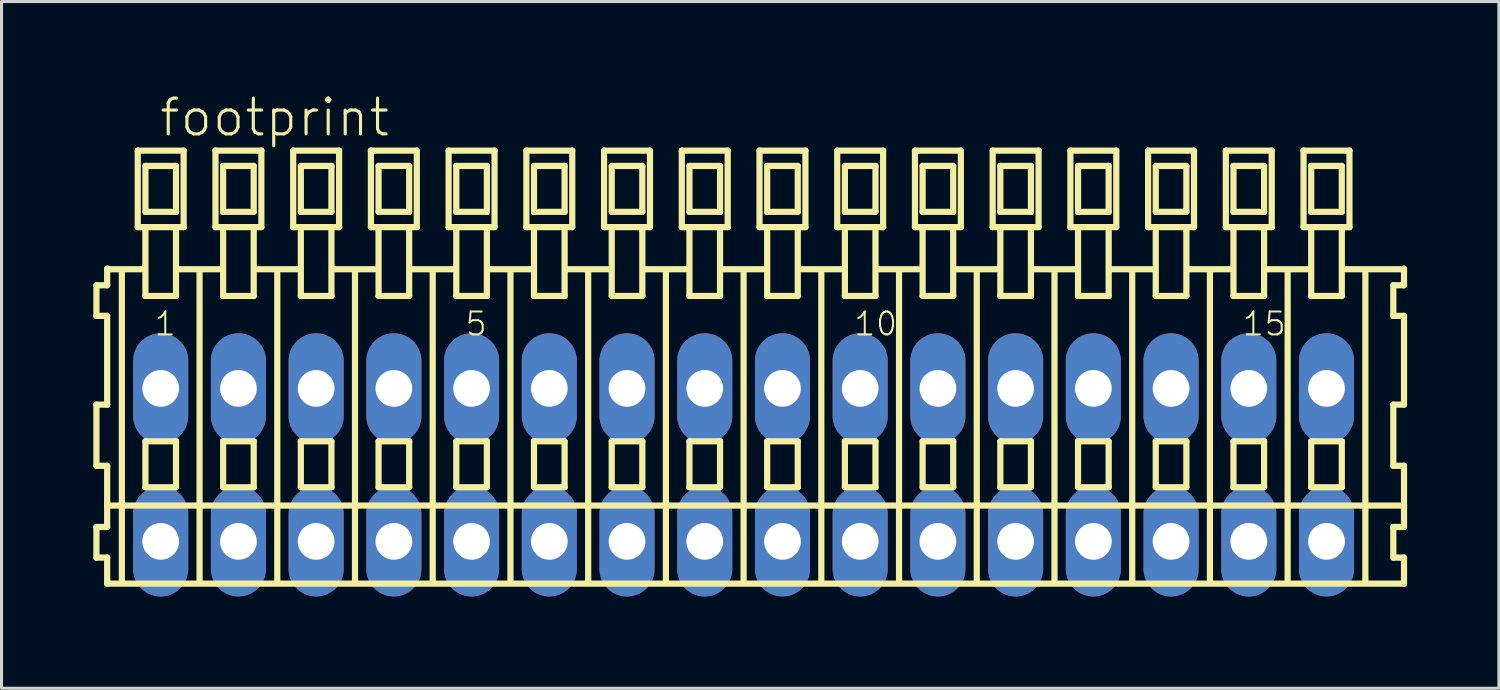
<source format=kicad_pcb>
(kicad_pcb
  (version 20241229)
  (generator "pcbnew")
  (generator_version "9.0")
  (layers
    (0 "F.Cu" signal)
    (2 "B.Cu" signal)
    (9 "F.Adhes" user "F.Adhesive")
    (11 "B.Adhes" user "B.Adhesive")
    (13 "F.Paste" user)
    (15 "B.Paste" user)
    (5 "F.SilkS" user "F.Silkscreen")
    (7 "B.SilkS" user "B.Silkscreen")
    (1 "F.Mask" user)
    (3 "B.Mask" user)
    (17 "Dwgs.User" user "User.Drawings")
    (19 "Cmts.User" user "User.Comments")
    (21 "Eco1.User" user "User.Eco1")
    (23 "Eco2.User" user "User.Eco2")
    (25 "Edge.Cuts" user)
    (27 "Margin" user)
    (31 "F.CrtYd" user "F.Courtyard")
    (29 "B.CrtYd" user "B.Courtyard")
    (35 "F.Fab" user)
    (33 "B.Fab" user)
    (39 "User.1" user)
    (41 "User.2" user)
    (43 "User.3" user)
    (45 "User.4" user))
  (footprint "footprint"
    (layer "F.Cu")
    (at 21.252 12.143)
    (property "Reference" "footprint" (at -19.15 -10.67 0) (layer "F.SilkS") (effects (font (size 1.168 1.168) (thickness 0.102)) (justify left bottom)))
    (fp_line (start -21.15 -5.87) (end -21.15 -4.87) (stroke (width 0.203) (type solid)) (layer "F.SilkS"))
    (fp_line (start -21.15 -4.87) (end -20.8 -4.87) (stroke (width 0.203) (type solid)) (layer "F.SilkS"))
    (fp_line (start -21.15 -1.97) (end -21.15 0.03) (stroke (width 0.203) (type solid)) (layer "F.SilkS"))
    (fp_line (start -21.15 0.03) (end -20.8 0.03) (stroke (width 0.203) (type solid)) (layer "F.SilkS"))
    (fp_line (start -21.15 2.03) (end -21.15 3.03) (stroke (width 0.203) (type solid)) (layer "F.SilkS"))
    (fp_line (start -21.15 3.03) (end -20.8 3.03) (stroke (width 0.203) (type solid)) (layer "F.SilkS"))
    (fp_line (start -20.8 -6.42) (end -20.8 -6.395) (stroke (width 0.203) (type solid)) (layer "F.SilkS"))
    (fp_line (start -20.8 -6.395) (end -20.8 -5.87) (stroke (width 0.203) (type solid)) (layer "F.SilkS"))
    (fp_line (start -20.8 -6.395) (end -19.675 -6.395) (stroke (width 0.203) (type solid)) (layer "F.SilkS"))
    (fp_line (start -20.8 -5.87) (end -21.15 -5.87) (stroke (width 0.203) (type solid)) (layer "F.SilkS"))
    (fp_line (start -20.8 -4.87) (end -20.8 -1.97) (stroke (width 0.203) (type solid)) (layer "F.SilkS"))
    (fp_line (start -20.8 -1.97) (end -21.15 -1.97) (stroke (width 0.203) (type solid)) (layer "F.SilkS"))
    (fp_line (start -20.8 0.03) (end -20.8 1.33) (stroke (width 0.203) (type solid)) (layer "F.SilkS"))
    (fp_line (start -20.8 1.33) (end -20.8 2.03) (stroke (width 0.203) (type solid)) (layer "F.SilkS"))
    (fp_line (start -20.8 1.33) (end 21.583 1.33) (stroke (width 0.203) (type solid)) (layer "F.SilkS"))
    (fp_line (start -20.8 2.03) (end -21.15 2.03) (stroke (width 0.203) (type solid)) (layer "F.SilkS"))
    (fp_line (start -20.8 3.03) (end -20.8 3.88) (stroke (width 0.203) (type solid)) (layer "F.SilkS"))
    (fp_line (start -20.8 3.88) (end 21.583 3.88) (stroke (width 0.203) (type solid)) (layer "F.SilkS"))
    (fp_line (start -20.32 3.83) (end -20.32 -6.33) (stroke (width 0.203) (type solid)) (layer "F.SilkS"))
    (fp_line (start -19.8 -10.27) (end -19.8 -7.77) (stroke (width 0.203) (type solid)) (layer "F.SilkS"))
    (fp_line (start -19.8 -7.77) (end -19.55 -7.77) (stroke (width 0.203) (type solid)) (layer "F.SilkS"))
    (fp_line (start -19.55 -9.77) (end -19.55 -8.27) (stroke (width 0.203) (type solid)) (layer "F.SilkS"))
    (fp_line (start -19.55 -8.27) (end -18.55 -8.27) (stroke (width 0.203) (type solid)) (layer "F.SilkS"))
    (fp_line (start -19.55 -7.77) (end -19.55 -5.52) (stroke (width 0.203) (type solid)) (layer "F.SilkS"))
    (fp_line (start -19.55 -7.77) (end -18.55 -7.77) (stroke (width 0.203) (type solid)) (layer "F.SilkS"))
    (fp_line (start -19.55 -5.52) (end -18.55 -5.52) (stroke (width 0.203) (type solid)) (layer "F.SilkS"))
    (fp_line (start -19.55 -0.77) (end -19.55 0.73) (stroke (width 0.203) (type solid)) (layer "F.SilkS"))
    (fp_line (start -19.55 0.73) (end -18.55 0.73) (stroke (width 0.203) (type solid)) (layer "F.SilkS"))
    (fp_line (start -18.55 -9.77) (end -19.55 -9.77) (stroke (width 0.203) (type solid)) (layer "F.SilkS"))
    (fp_line (start -18.55 -8.27) (end -18.55 -9.77) (stroke (width 0.203) (type solid)) (layer "F.SilkS"))
    (fp_line (start -18.55 -7.77) (end -18.3 -7.77) (stroke (width 0.203) (type solid)) (layer "F.SilkS"))
    (fp_line (start -18.55 -5.52) (end -18.55 -7.77) (stroke (width 0.203) (type solid)) (layer "F.SilkS"))
    (fp_line (start -18.55 -0.77) (end -19.55 -0.77) (stroke (width 0.203) (type solid)) (layer "F.SilkS"))
    (fp_line (start -18.55 0.73) (end -18.55 -0.77) (stroke (width 0.203) (type solid)) (layer "F.SilkS"))
    (fp_line (start -18.514 -6.395) (end -17.135 -6.395) (stroke (width 0.203) (type solid)) (layer "F.SilkS"))
    (fp_line (start -18.3 -10.27) (end -19.8 -10.27) (stroke (width 0.203) (type solid)) (layer "F.SilkS"))
    (fp_line (start -18.3 -7.77) (end -18.3 -10.27) (stroke (width 0.203) (type solid)) (layer "F.SilkS"))
    (fp_line (start -17.78 3.83) (end -17.78 -6.33) (stroke (width 0.203) (type solid)) (layer "F.SilkS"))
    (fp_line (start -17.26 -10.27) (end -17.26 -7.77) (stroke (width 0.203) (type solid)) (layer "F.SilkS"))
    (fp_line (start -17.26 -7.77) (end -17.01 -7.77) (stroke (width 0.203) (type solid)) (layer "F.SilkS"))
    (fp_line (start -17.01 -9.77) (end -17.01 -8.27) (stroke (width 0.203) (type solid)) (layer "F.SilkS"))
    (fp_line (start -17.01 -8.27) (end -16.01 -8.27) (stroke (width 0.203) (type solid)) (layer "F.SilkS"))
    (fp_line (start -17.01 -7.77) (end -17.01 -5.52) (stroke (width 0.203) (type solid)) (layer "F.SilkS"))
    (fp_line (start -17.01 -7.77) (end -16.01 -7.77) (stroke (width 0.203) (type solid)) (layer "F.SilkS"))
    (fp_line (start -17.01 -5.52) (end -16.01 -5.52) (stroke (width 0.203) (type solid)) (layer "F.SilkS"))
    (fp_line (start -17.01 -0.77) (end -17.01 0.73) (stroke (width 0.203) (type solid)) (layer "F.SilkS"))
    (fp_line (start -17.01 0.73) (end -16.01 0.73) (stroke (width 0.203) (type solid)) (layer "F.SilkS"))
    (fp_line (start -16.01 -9.77) (end -17.01 -9.77) (stroke (width 0.203) (type solid)) (layer "F.SilkS"))
    (fp_line (start -16.01 -8.27) (end -16.01 -9.77) (stroke (width 0.203) (type solid)) (layer "F.SilkS"))
    (fp_line (start -16.01 -7.77) (end -15.76 -7.77) (stroke (width 0.203) (type solid)) (layer "F.SilkS"))
    (fp_line (start -16.01 -5.52) (end -16.01 -7.77) (stroke (width 0.203) (type solid)) (layer "F.SilkS"))
    (fp_line (start -16.01 -0.77) (end -17.01 -0.77) (stroke (width 0.203) (type solid)) (layer "F.SilkS"))
    (fp_line (start -16.01 0.73) (end -16.01 -0.77) (stroke (width 0.203) (type solid)) (layer "F.SilkS"))
    (fp_line (start -15.974 -6.395) (end -14.595 -6.395) (stroke (width 0.203) (type solid)) (layer "F.SilkS"))
    (fp_line (start -15.76 -10.27) (end -17.26 -10.27) (stroke (width 0.203) (type solid)) (layer "F.SilkS"))
    (fp_line (start -15.76 -7.77) (end -15.76 -10.27) (stroke (width 0.203) (type solid)) (layer "F.SilkS"))
    (fp_line (start -15.24 3.83) (end -15.24 -6.33) (stroke (width 0.203) (type solid)) (layer "F.SilkS"))
    (fp_line (start -14.72 -10.27) (end -14.72 -7.77) (stroke (width 0.203) (type solid)) (layer "F.SilkS"))
    (fp_line (start -14.72 -7.77) (end -14.47 -7.77) (stroke (width 0.203) (type solid)) (layer "F.SilkS"))
    (fp_line (start -14.47 -9.77) (end -14.47 -8.27) (stroke (width 0.203) (type solid)) (layer "F.SilkS"))
    (fp_line (start -14.47 -8.27) (end -13.47 -8.27) (stroke (width 0.203) (type solid)) (layer "F.SilkS"))
    (fp_line (start -14.47 -7.77) (end -14.47 -5.52) (stroke (width 0.203) (type solid)) (layer "F.SilkS"))
    (fp_line (start -14.47 -7.77) (end -13.47 -7.77) (stroke (width 0.203) (type solid)) (layer "F.SilkS"))
    (fp_line (start -14.47 -5.52) (end -13.47 -5.52) (stroke (width 0.203) (type solid)) (layer "F.SilkS"))
    (fp_line (start -14.47 -0.77) (end -14.47 0.73) (stroke (width 0.203) (type solid)) (layer "F.SilkS"))
    (fp_line (start -14.47 0.73) (end -13.47 0.73) (stroke (width 0.203) (type solid)) (layer "F.SilkS"))
    (fp_line (start -13.47 -9.77) (end -14.47 -9.77) (stroke (width 0.203) (type solid)) (layer "F.SilkS"))
    (fp_line (start -13.47 -8.27) (end -13.47 -9.77) (stroke (width 0.203) (type solid)) (layer "F.SilkS"))
    (fp_line (start -13.47 -7.77) (end -13.22 -7.77) (stroke (width 0.203) (type solid)) (layer "F.SilkS"))
    (fp_line (start -13.47 -5.52) (end -13.47 -7.77) (stroke (width 0.203) (type solid)) (layer "F.SilkS"))
    (fp_line (start -13.47 -0.77) (end -14.47 -0.77) (stroke (width 0.203) (type solid)) (layer "F.SilkS"))
    (fp_line (start -13.47 0.73) (end -13.47 -0.77) (stroke (width 0.203) (type solid)) (layer "F.SilkS"))
    (fp_line (start -13.434 -6.395) (end -12.055 -6.395) (stroke (width 0.203) (type solid)) (layer "F.SilkS"))
    (fp_line (start -13.22 -10.27) (end -14.72 -10.27) (stroke (width 0.203) (type solid)) (layer "F.SilkS"))
    (fp_line (start -13.22 -7.77) (end -13.22 -10.27) (stroke (width 0.203) (type solid)) (layer "F.SilkS"))
    (fp_line (start -12.7 3.83) (end -12.7 -6.33) (stroke (width 0.203) (type solid)) (layer "F.SilkS"))
    (fp_line (start -12.18 -10.27) (end -12.18 -7.77) (stroke (width 0.203) (type solid)) (layer "F.SilkS"))
    (fp_line (start -12.18 -7.77) (end -11.93 -7.77) (stroke (width 0.203) (type solid)) (layer "F.SilkS"))
    (fp_line (start -11.93 -9.77) (end -11.93 -8.27) (stroke (width 0.203) (type solid)) (layer "F.SilkS"))
    (fp_line (start -11.93 -8.27) (end -10.93 -8.27) (stroke (width 0.203) (type solid)) (layer "F.SilkS"))
    (fp_line (start -11.93 -7.77) (end -11.93 -5.52) (stroke (width 0.203) (type solid)) (layer "F.SilkS"))
    (fp_line (start -11.93 -7.77) (end -10.93 -7.77) (stroke (width 0.203) (type solid)) (layer "F.SilkS"))
    (fp_line (start -11.93 -5.52) (end -10.93 -5.52) (stroke (width 0.203) (type solid)) (layer "F.SilkS"))
    (fp_line (start -11.93 -0.77) (end -11.93 0.73) (stroke (width 0.203) (type solid)) (layer "F.SilkS"))
    (fp_line (start -11.93 0.73) (end -10.93 0.73) (stroke (width 0.203) (type solid)) (layer "F.SilkS"))
    (fp_line (start -10.93 -9.77) (end -11.93 -9.77) (stroke (width 0.203) (type solid)) (layer "F.SilkS"))
    (fp_line (start -10.93 -8.27) (end -10.93 -9.77) (stroke (width 0.203) (type solid)) (layer "F.SilkS"))
    (fp_line (start -10.93 -7.77) (end -10.68 -7.77) (stroke (width 0.203) (type solid)) (layer "F.SilkS"))
    (fp_line (start -10.93 -5.52) (end -10.93 -7.77) (stroke (width 0.203) (type solid)) (layer "F.SilkS"))
    (fp_line (start -10.93 -0.77) (end -11.93 -0.77) (stroke (width 0.203) (type solid)) (layer "F.SilkS"))
    (fp_line (start -10.93 0.73) (end -10.93 -0.77) (stroke (width 0.203) (type solid)) (layer "F.SilkS"))
    (fp_line (start -10.894 -6.395) (end -9.515 -6.395) (stroke (width 0.203) (type solid)) (layer "F.SilkS"))
    (fp_line (start -10.68 -10.27) (end -12.18 -10.27) (stroke (width 0.203) (type solid)) (layer "F.SilkS"))
    (fp_line (start -10.68 -7.77) (end -10.68 -10.27) (stroke (width 0.203) (type solid)) (layer "F.SilkS"))
    (fp_line (start -10.16 3.83) (end -10.16 -6.33) (stroke (width 0.203) (type solid)) (layer "F.SilkS"))
    (fp_line (start -9.64 -10.27) (end -9.64 -7.77) (stroke (width 0.203) (type solid)) (layer "F.SilkS"))
    (fp_line (start -9.64 -7.77) (end -9.39 -7.77) (stroke (width 0.203) (type solid)) (layer "F.SilkS"))
    (fp_line (start -9.39 -9.77) (end -9.39 -8.27) (stroke (width 0.203) (type solid)) (layer "F.SilkS"))
    (fp_line (start -9.39 -8.27) (end -8.39 -8.27) (stroke (width 0.203) (type solid)) (layer "F.SilkS"))
    (fp_line (start -9.39 -7.77) (end -9.39 -5.52) (stroke (width 0.203) (type solid)) (layer "F.SilkS"))
    (fp_line (start -9.39 -7.77) (end -8.39 -7.77) (stroke (width 0.203) (type solid)) (layer "F.SilkS"))
    (fp_line (start -9.39 -5.52) (end -8.39 -5.52) (stroke (width 0.203) (type solid)) (layer "F.SilkS"))
    (fp_line (start -9.39 -0.77) (end -9.39 0.73) (stroke (width 0.203) (type solid)) (layer "F.SilkS"))
    (fp_line (start -9.39 0.73) (end -8.39 0.73) (stroke (width 0.203) (type solid)) (layer "F.SilkS"))
    (fp_line (start -8.39 -9.77) (end -9.39 -9.77) (stroke (width 0.203) (type solid)) (layer "F.SilkS"))
    (fp_line (start -8.39 -8.27) (end -8.39 -9.77) (stroke (width 0.203) (type solid)) (layer "F.SilkS"))
    (fp_line (start -8.39 -7.77) (end -8.14 -7.77) (stroke (width 0.203) (type solid)) (layer "F.SilkS"))
    (fp_line (start -8.39 -5.52) (end -8.39 -7.77) (stroke (width 0.203) (type solid)) (layer "F.SilkS"))
    (fp_line (start -8.39 -0.77) (end -9.39 -0.77) (stroke (width 0.203) (type solid)) (layer "F.SilkS"))
    (fp_line (start -8.39 0.73) (end -8.39 -0.77) (stroke (width 0.203) (type solid)) (layer "F.SilkS"))
    (fp_line (start -8.354 -6.395) (end -6.975 -6.395) (stroke (width 0.203) (type solid)) (layer "F.SilkS"))
    (fp_line (start -8.14 -10.27) (end -9.64 -10.27) (stroke (width 0.203) (type solid)) (layer "F.SilkS"))
    (fp_line (start -8.14 -7.77) (end -8.14 -10.27) (stroke (width 0.203) (type solid)) (layer "F.SilkS"))
    (fp_line (start -7.62 3.83) (end -7.62 -6.33) (stroke (width 0.203) (type solid)) (layer "F.SilkS"))
    (fp_line (start -7.1 -10.27) (end -7.1 -7.77) (stroke (width 0.203) (type solid)) (layer "F.SilkS"))
    (fp_line (start -7.1 -7.77) (end -6.85 -7.77) (stroke (width 0.203) (type solid)) (layer "F.SilkS"))
    (fp_line (start -6.85 -9.77) (end -6.85 -8.27) (stroke (width 0.203) (type solid)) (layer "F.SilkS"))
    (fp_line (start -6.85 -8.27) (end -5.85 -8.27) (stroke (width 0.203) (type solid)) (layer "F.SilkS"))
    (fp_line (start -6.85 -7.77) (end -6.85 -5.52) (stroke (width 0.203) (type solid)) (layer "F.SilkS"))
    (fp_line (start -6.85 -7.77) (end -5.85 -7.77) (stroke (width 0.203) (type solid)) (layer "F.SilkS"))
    (fp_line (start -6.85 -5.52) (end -5.85 -5.52) (stroke (width 0.203) (type solid)) (layer "F.SilkS"))
    (fp_line (start -6.85 -0.77) (end -6.85 0.73) (stroke (width 0.203) (type solid)) (layer "F.SilkS"))
    (fp_line (start -6.85 0.73) (end -5.85 0.73) (stroke (width 0.203) (type solid)) (layer "F.SilkS"))
    (fp_line (start -5.85 -9.77) (end -6.85 -9.77) (stroke (width 0.203) (type solid)) (layer "F.SilkS"))
    (fp_line (start -5.85 -8.27) (end -5.85 -9.77) (stroke (width 0.203) (type solid)) (layer "F.SilkS"))
    (fp_line (start -5.85 -7.77) (end -5.6 -7.77) (stroke (width 0.203) (type solid)) (layer "F.SilkS"))
    (fp_line (start -5.85 -5.52) (end -5.85 -7.77) (stroke (width 0.203) (type solid)) (layer "F.SilkS"))
    (fp_line (start -5.85 -0.77) (end -6.85 -0.77) (stroke (width 0.203) (type solid)) (layer "F.SilkS"))
    (fp_line (start -5.85 0.73) (end -5.85 -0.77) (stroke (width 0.203) (type solid)) (layer "F.SilkS"))
    (fp_line (start -5.814 -6.395) (end -4.435 -6.395) (stroke (width 0.203) (type solid)) (layer "F.SilkS"))
    (fp_line (start -5.6 -10.27) (end -7.1 -10.27) (stroke (width 0.203) (type solid)) (layer "F.SilkS"))
    (fp_line (start -5.6 -7.77) (end -5.6 -10.27) (stroke (width 0.203) (type solid)) (layer "F.SilkS"))
    (fp_line (start -5.08 3.83) (end -5.08 -6.33) (stroke (width 0.203) (type solid)) (layer "F.SilkS"))
    (fp_line (start -4.56 -10.27) (end -4.56 -7.77) (stroke (width 0.203) (type solid)) (layer "F.SilkS"))
    (fp_line (start -4.56 -7.77) (end -4.31 -7.77) (stroke (width 0.203) (type solid)) (layer "F.SilkS"))
    (fp_line (start -4.31 -9.77) (end -4.31 -8.27) (stroke (width 0.203) (type solid)) (layer "F.SilkS"))
    (fp_line (start -4.31 -8.27) (end -3.31 -8.27) (stroke (width 0.203) (type solid)) (layer "F.SilkS"))
    (fp_line (start -4.31 -7.77) (end -4.31 -5.52) (stroke (width 0.203) (type solid)) (layer "F.SilkS"))
    (fp_line (start -4.31 -7.77) (end -3.31 -7.77) (stroke (width 0.203) (type solid)) (layer "F.SilkS"))
    (fp_line (start -4.31 -5.52) (end -3.31 -5.52) (stroke (width 0.203) (type solid)) (layer "F.SilkS"))
    (fp_line (start -4.31 -0.77) (end -4.31 0.73) (stroke (width 0.203) (type solid)) (layer "F.SilkS"))
    (fp_line (start -4.31 0.73) (end -3.31 0.73) (stroke (width 0.203) (type solid)) (layer "F.SilkS"))
    (fp_line (start -3.31 -9.77) (end -4.31 -9.77) (stroke (width 0.203) (type solid)) (layer "F.SilkS"))
    (fp_line (start -3.31 -8.27) (end -3.31 -9.77) (stroke (width 0.203) (type solid)) (layer "F.SilkS"))
    (fp_line (start -3.31 -7.77) (end -3.06 -7.77) (stroke (width 0.203) (type solid)) (layer "F.SilkS"))
    (fp_line (start -3.31 -5.52) (end -3.31 -7.77) (stroke (width 0.203) (type solid)) (layer "F.SilkS"))
    (fp_line (start -3.31 -0.77) (end -4.31 -0.77) (stroke (width 0.203) (type solid)) (layer "F.SilkS"))
    (fp_line (start -3.31 0.73) (end -3.31 -0.77) (stroke (width 0.203) (type solid)) (layer "F.SilkS"))
    (fp_line (start -3.274 -6.395) (end -1.895 -6.395) (stroke (width 0.203) (type solid)) (layer "F.SilkS"))
    (fp_line (start -3.06 -10.27) (end -4.56 -10.27) (stroke (width 0.203) (type solid)) (layer "F.SilkS"))
    (fp_line (start -3.06 -7.77) (end -3.06 -10.27) (stroke (width 0.203) (type solid)) (layer "F.SilkS"))
    (fp_line (start -2.54 3.83) (end -2.54 -6.33) (stroke (width 0.203) (type solid)) (layer "F.SilkS"))
    (fp_line (start -2.02 -10.27) (end -2.02 -7.77) (stroke (width 0.203) (type solid)) (layer "F.SilkS"))
    (fp_line (start -2.02 -7.77) (end -1.77 -7.77) (stroke (width 0.203) (type solid)) (layer "F.SilkS"))
    (fp_line (start -1.77 -9.77) (end -1.77 -8.27) (stroke (width 0.203) (type solid)) (layer "F.SilkS"))
    (fp_line (start -1.77 -8.27) (end -0.77 -8.27) (stroke (width 0.203) (type solid)) (layer "F.SilkS"))
    (fp_line (start -1.77 -7.77) (end -1.77 -5.52) (stroke (width 0.203) (type solid)) (layer "F.SilkS"))
    (fp_line (start -1.77 -7.77) (end -0.77 -7.77) (stroke (width 0.203) (type solid)) (layer "F.SilkS"))
    (fp_line (start -1.77 -5.52) (end -0.77 -5.52) (stroke (width 0.203) (type solid)) (layer "F.SilkS"))
    (fp_line (start -1.77 -0.77) (end -1.77 0.73) (stroke (width 0.203) (type solid)) (layer "F.SilkS"))
    (fp_line (start -1.77 0.73) (end -0.77 0.73) (stroke (width 0.203) (type solid)) (layer "F.SilkS"))
    (fp_line (start -0.77 -9.77) (end -1.77 -9.77) (stroke (width 0.203) (type solid)) (layer "F.SilkS"))
    (fp_line (start -0.77 -8.27) (end -0.77 -9.77) (stroke (width 0.203) (type solid)) (layer "F.SilkS"))
    (fp_line (start -0.77 -7.77) (end -0.52 -7.77) (stroke (width 0.203) (type solid)) (layer "F.SilkS"))
    (fp_line (start -0.77 -5.52) (end -0.77 -7.77) (stroke (width 0.203) (type solid)) (layer "F.SilkS"))
    (fp_line (start -0.77 -0.77) (end -1.77 -0.77) (stroke (width 0.203) (type solid)) (layer "F.SilkS"))
    (fp_line (start -0.77 0.73) (end -0.77 -0.77) (stroke (width 0.203) (type solid)) (layer "F.SilkS"))
    (fp_line (start -0.734 -6.395) (end 0.645 -6.395) (stroke (width 0.203) (type solid)) (layer "F.SilkS"))
    (fp_line (start -0.52 -10.27) (end -2.02 -10.27) (stroke (width 0.203) (type solid)) (layer "F.SilkS"))
    (fp_line (start -0.52 -7.77) (end -0.52 -10.27) (stroke (width 0.203) (type solid)) (layer "F.SilkS"))
    (fp_line (start 0 3.83) (end 0 -6.33) (stroke (width 0.203) (type solid)) (layer "F.SilkS"))
    (fp_line (start 0.52 -10.27) (end 0.52 -7.77) (stroke (width 0.203) (type solid)) (layer "F.SilkS"))
    (fp_line (start 0.52 -7.77) (end 0.77 -7.77) (stroke (width 0.203) (type solid)) (layer "F.SilkS"))
    (fp_line (start 0.77 -9.77) (end 0.77 -8.27) (stroke (width 0.203) (type solid)) (layer "F.SilkS"))
    (fp_line (start 0.77 -8.27) (end 1.77 -8.27) (stroke (width 0.203) (type solid)) (layer "F.SilkS"))
    (fp_line (start 0.77 -7.77) (end 0.77 -5.52) (stroke (width 0.203) (type solid)) (layer "F.SilkS"))
    (fp_line (start 0.77 -7.77) (end 1.77 -7.77) (stroke (width 0.203) (type solid)) (layer "F.SilkS"))
    (fp_line (start 0.77 -5.52) (end 1.77 -5.52) (stroke (width 0.203) (type solid)) (layer "F.SilkS"))
    (fp_line (start 0.77 -0.77) (end 0.77 0.73) (stroke (width 0.203) (type solid)) (layer "F.SilkS"))
    (fp_line (start 0.77 0.73) (end 1.77 0.73) (stroke (width 0.203) (type solid)) (layer "F.SilkS"))
    (fp_line (start 1.77 -9.77) (end 0.77 -9.77) (stroke (width 0.203) (type solid)) (layer "F.SilkS"))
    (fp_line (start 1.77 -8.27) (end 1.77 -9.77) (stroke (width 0.203) (type solid)) (layer "F.SilkS"))
    (fp_line (start 1.77 -7.77) (end 2.02 -7.77) (stroke (width 0.203) (type solid)) (layer "F.SilkS"))
    (fp_line (start 1.77 -5.52) (end 1.77 -7.77) (stroke (width 0.203) (type solid)) (layer "F.SilkS"))
    (fp_line (start 1.77 -0.77) (end 0.77 -0.77) (stroke (width 0.203) (type solid)) (layer "F.SilkS"))
    (fp_line (start 1.77 0.73) (end 1.77 -0.77) (stroke (width 0.203) (type solid)) (layer "F.SilkS"))
    (fp_line (start 1.806 -6.395) (end 3.185 -6.395) (stroke (width 0.203) (type solid)) (layer "F.SilkS"))
    (fp_line (start 2.02 -10.27) (end 0.52 -10.27) (stroke (width 0.203) (type solid)) (layer "F.SilkS"))
    (fp_line (start 2.02 -7.77) (end 2.02 -10.27) (stroke (width 0.203) (type solid)) (layer "F.SilkS"))
    (fp_line (start 2.54 3.83) (end 2.54 -6.33) (stroke (width 0.203) (type solid)) (layer "F.SilkS"))
    (fp_line (start 3.06 -10.27) (end 3.06 -7.77) (stroke (width 0.203) (type solid)) (layer "F.SilkS"))
    (fp_line (start 3.06 -7.77) (end 3.31 -7.77) (stroke (width 0.203) (type solid)) (layer "F.SilkS"))
    (fp_line (start 3.31 -9.77) (end 3.31 -8.27) (stroke (width 0.203) (type solid)) (layer "F.SilkS"))
    (fp_line (start 3.31 -8.27) (end 4.31 -8.27) (stroke (width 0.203) (type solid)) (layer "F.SilkS"))
    (fp_line (start 3.31 -7.77) (end 3.31 -5.52) (stroke (width 0.203) (type solid)) (layer "F.SilkS"))
    (fp_line (start 3.31 -7.77) (end 4.31 -7.77) (stroke (width 0.203) (type solid)) (layer "F.SilkS"))
    (fp_line (start 3.31 -5.52) (end 4.31 -5.52) (stroke (width 0.203) (type solid)) (layer "F.SilkS"))
    (fp_line (start 3.31 -0.77) (end 3.31 0.73) (stroke (width 0.203) (type solid)) (layer "F.SilkS"))
    (fp_line (start 3.31 0.73) (end 4.31 0.73) (stroke (width 0.203) (type solid)) (layer "F.SilkS"))
    (fp_line (start 4.31 -9.77) (end 3.31 -9.77) (stroke (width 0.203) (type solid)) (layer "F.SilkS"))
    (fp_line (start 4.31 -8.27) (end 4.31 -9.77) (stroke (width 0.203) (type solid)) (layer "F.SilkS"))
    (fp_line (start 4.31 -7.77) (end 4.56 -7.77) (stroke (width 0.203) (type solid)) (layer "F.SilkS"))
    (fp_line (start 4.31 -5.52) (end 4.31 -7.77) (stroke (width 0.203) (type solid)) (layer "F.SilkS"))
    (fp_line (start 4.31 -0.77) (end 3.31 -0.77) (stroke (width 0.203) (type solid)) (layer "F.SilkS"))
    (fp_line (start 4.31 0.73) (end 4.31 -0.77) (stroke (width 0.203) (type solid)) (layer "F.SilkS"))
    (fp_line (start 4.346 -6.395) (end 5.725 -6.395) (stroke (width 0.203) (type solid)) (layer "F.SilkS"))
    (fp_line (start 4.56 -10.27) (end 3.06 -10.27) (stroke (width 0.203) (type solid)) (layer "F.SilkS"))
    (fp_line (start 4.56 -7.77) (end 4.56 -10.27) (stroke (width 0.203) (type solid)) (layer "F.SilkS"))
    (fp_line (start 5.08 3.83) (end 5.08 -6.33) (stroke (width 0.203) (type solid)) (layer "F.SilkS"))
    (fp_line (start 5.6 -10.27) (end 5.6 -7.77) (stroke (width 0.203) (type solid)) (layer "F.SilkS"))
    (fp_line (start 5.6 -7.77) (end 5.85 -7.77) (stroke (width 0.203) (type solid)) (layer "F.SilkS"))
    (fp_line (start 5.85 -9.77) (end 5.85 -8.27) (stroke (width 0.203) (type solid)) (layer "F.SilkS"))
    (fp_line (start 5.85 -8.27) (end 6.85 -8.27) (stroke (width 0.203) (type solid)) (layer "F.SilkS"))
    (fp_line (start 5.85 -7.77) (end 5.85 -5.52) (stroke (width 0.203) (type solid)) (layer "F.SilkS"))
    (fp_line (start 5.85 -7.77) (end 6.85 -7.77) (stroke (width 0.203) (type solid)) (layer "F.SilkS"))
    (fp_line (start 5.85 -5.52) (end 6.85 -5.52) (stroke (width 0.203) (type solid)) (layer "F.SilkS"))
    (fp_line (start 5.85 -0.77) (end 5.85 0.73) (stroke (width 0.203) (type solid)) (layer "F.SilkS"))
    (fp_line (start 5.85 0.73) (end 6.85 0.73) (stroke (width 0.203) (type solid)) (layer "F.SilkS"))
    (fp_line (start 6.85 -9.77) (end 5.85 -9.77) (stroke (width 0.203) (type solid)) (layer "F.SilkS"))
    (fp_line (start 6.85 -8.27) (end 6.85 -9.77) (stroke (width 0.203) (type solid)) (layer "F.SilkS"))
    (fp_line (start 6.85 -7.77) (end 7.1 -7.77) (stroke (width 0.203) (type solid)) (layer "F.SilkS"))
    (fp_line (start 6.85 -5.52) (end 6.85 -7.77) (stroke (width 0.203) (type solid)) (layer "F.SilkS"))
    (fp_line (start 6.85 -0.77) (end 5.85 -0.77) (stroke (width 0.203) (type solid)) (layer "F.SilkS"))
    (fp_line (start 6.85 0.73) (end 6.85 -0.77) (stroke (width 0.203) (type solid)) (layer "F.SilkS"))
    (fp_line (start 6.886 -6.395) (end 8.265 -6.395) (stroke (width 0.203) (type solid)) (layer "F.SilkS"))
    (fp_line (start 7.1 -10.27) (end 5.6 -10.27) (stroke (width 0.203) (type solid)) (layer "F.SilkS"))
    (fp_line (start 7.1 -7.77) (end 7.1 -10.27) (stroke (width 0.203) (type solid)) (layer "F.SilkS"))
    (fp_line (start 7.62 3.83) (end 7.62 -6.33) (stroke (width 0.203) (type solid)) (layer "F.SilkS"))
    (fp_line (start 8.14 -10.27) (end 8.14 -7.77) (stroke (width 0.203) (type solid)) (layer "F.SilkS"))
    (fp_line (start 8.14 -7.77) (end 8.39 -7.77) (stroke (width 0.203) (type solid)) (layer "F.SilkS"))
    (fp_line (start 8.39 -9.77) (end 8.39 -8.27) (stroke (width 0.203) (type solid)) (layer "F.SilkS"))
    (fp_line (start 8.39 -8.27) (end 9.39 -8.27) (stroke (width 0.203) (type solid)) (layer "F.SilkS"))
    (fp_line (start 8.39 -7.77) (end 8.39 -5.52) (stroke (width 0.203) (type solid)) (layer "F.SilkS"))
    (fp_line (start 8.39 -7.77) (end 9.39 -7.77) (stroke (width 0.203) (type solid)) (layer "F.SilkS"))
    (fp_line (start 8.39 -5.52) (end 9.39 -5.52) (stroke (width 0.203) (type solid)) (layer "F.SilkS"))
    (fp_line (start 8.39 -0.77) (end 8.39 0.73) (stroke (width 0.203) (type solid)) (layer "F.SilkS"))
    (fp_line (start 8.39 0.73) (end 9.39 0.73) (stroke (width 0.203) (type solid)) (layer "F.SilkS"))
    (fp_line (start 9.39 -9.77) (end 8.39 -9.77) (stroke (width 0.203) (type solid)) (layer "F.SilkS"))
    (fp_line (start 9.39 -8.27) (end 9.39 -9.77) (stroke (width 0.203) (type solid)) (layer "F.SilkS"))
    (fp_line (start 9.39 -7.77) (end 9.64 -7.77) (stroke (width 0.203) (type solid)) (layer "F.SilkS"))
    (fp_line (start 9.39 -5.52) (end 9.39 -7.77) (stroke (width 0.203) (type solid)) (layer "F.SilkS"))
    (fp_line (start 9.39 -0.77) (end 8.39 -0.77) (stroke (width 0.203) (type solid)) (layer "F.SilkS"))
    (fp_line (start 9.39 0.73) (end 9.39 -0.77) (stroke (width 0.203) (type solid)) (layer "F.SilkS"))
    (fp_line (start 9.426 -6.395) (end 10.805 -6.395) (stroke (width 0.203) (type solid)) (layer "F.SilkS"))
    (fp_line (start 9.64 -10.27) (end 8.14 -10.27) (stroke (width 0.203) (type solid)) (layer "F.SilkS"))
    (fp_line (start 9.64 -7.77) (end 9.64 -10.27) (stroke (width 0.203) (type solid)) (layer "F.SilkS"))
    (fp_line (start 10.16 3.83) (end 10.16 -6.33) (stroke (width 0.203) (type solid)) (layer "F.SilkS"))
    (fp_line (start 10.68 -10.27) (end 10.68 -7.77) (stroke (width 0.203) (type solid)) (layer "F.SilkS"))
    (fp_line (start 10.68 -7.77) (end 10.93 -7.77) (stroke (width 0.203) (type solid)) (layer "F.SilkS"))
    (fp_line (start 10.93 -9.77) (end 10.93 -8.27) (stroke (width 0.203) (type solid)) (layer "F.SilkS"))
    (fp_line (start 10.93 -8.27) (end 11.93 -8.27) (stroke (width 0.203) (type solid)) (layer "F.SilkS"))
    (fp_line (start 10.93 -7.77) (end 10.93 -5.52) (stroke (width 0.203) (type solid)) (layer "F.SilkS"))
    (fp_line (start 10.93 -7.77) (end 11.93 -7.77) (stroke (width 0.203) (type solid)) (layer "F.SilkS"))
    (fp_line (start 10.93 -5.52) (end 11.93 -5.52) (stroke (width 0.203) (type solid)) (layer "F.SilkS"))
    (fp_line (start 10.93 -0.77) (end 10.93 0.73) (stroke (width 0.203) (type solid)) (layer "F.SilkS"))
    (fp_line (start 10.93 0.73) (end 11.93 0.73) (stroke (width 0.203) (type solid)) (layer "F.SilkS"))
    (fp_line (start 11.93 -9.77) (end 10.93 -9.77) (stroke (width 0.203) (type solid)) (layer "F.SilkS"))
    (fp_line (start 11.93 -8.27) (end 11.93 -9.77) (stroke (width 0.203) (type solid)) (layer "F.SilkS"))
    (fp_line (start 11.93 -7.77) (end 12.18 -7.77) (stroke (width 0.203) (type solid)) (layer "F.SilkS"))
    (fp_line (start 11.93 -5.52) (end 11.93 -7.77) (stroke (width 0.203) (type solid)) (layer "F.SilkS"))
    (fp_line (start 11.93 -0.77) (end 10.93 -0.77) (stroke (width 0.203) (type solid)) (layer "F.SilkS"))
    (fp_line (start 11.93 0.73) (end 11.93 -0.77) (stroke (width 0.203) (type solid)) (layer "F.SilkS"))
    (fp_line (start 11.966 -6.395) (end 13.345 -6.395) (stroke (width 0.203) (type solid)) (layer "F.SilkS"))
    (fp_line (start 12.18 -10.27) (end 10.68 -10.27) (stroke (width 0.203) (type solid)) (layer "F.SilkS"))
    (fp_line (start 12.18 -7.77) (end 12.18 -10.27) (stroke (width 0.203) (type solid)) (layer "F.SilkS"))
    (fp_line (start 12.7 3.83) (end 12.7 -6.33) (stroke (width 0.203) (type solid)) (layer "F.SilkS"))
    (fp_line (start 13.22 -10.27) (end 13.22 -7.77) (stroke (width 0.203) (type solid)) (layer "F.SilkS"))
    (fp_line (start 13.22 -7.77) (end 13.47 -7.77) (stroke (width 0.203) (type solid)) (layer "F.SilkS"))
    (fp_line (start 13.47 -9.77) (end 13.47 -8.27) (stroke (width 0.203) (type solid)) (layer "F.SilkS"))
    (fp_line (start 13.47 -8.27) (end 14.47 -8.27) (stroke (width 0.203) (type solid)) (layer "F.SilkS"))
    (fp_line (start 13.47 -7.77) (end 13.47 -5.52) (stroke (width 0.203) (type solid)) (layer "F.SilkS"))
    (fp_line (start 13.47 -7.77) (end 14.47 -7.77) (stroke (width 0.203) (type solid)) (layer "F.SilkS"))
    (fp_line (start 13.47 -5.52) (end 14.47 -5.52) (stroke (width 0.203) (type solid)) (layer "F.SilkS"))
    (fp_line (start 13.47 -0.77) (end 13.47 0.73) (stroke (width 0.203) (type solid)) (layer "F.SilkS"))
    (fp_line (start 13.47 0.73) (end 14.47 0.73) (stroke (width 0.203) (type solid)) (layer "F.SilkS"))
    (fp_line (start 14.47 -9.77) (end 13.47 -9.77) (stroke (width 0.203) (type solid)) (layer "F.SilkS"))
    (fp_line (start 14.47 -8.27) (end 14.47 -9.77) (stroke (width 0.203) (type solid)) (layer "F.SilkS"))
    (fp_line (start 14.47 -7.77) (end 14.72 -7.77) (stroke (width 0.203) (type solid)) (layer "F.SilkS"))
    (fp_line (start 14.47 -5.52) (end 14.47 -7.77) (stroke (width 0.203) (type solid)) (layer "F.SilkS"))
    (fp_line (start 14.47 -0.77) (end 13.47 -0.77) (stroke (width 0.203) (type solid)) (layer "F.SilkS"))
    (fp_line (start 14.47 0.73) (end 14.47 -0.77) (stroke (width 0.203) (type solid)) (layer "F.SilkS"))
    (fp_line (start 14.506 -6.395) (end 15.885 -6.395) (stroke (width 0.203) (type solid)) (layer "F.SilkS"))
    (fp_line (start 14.72 -10.27) (end 13.22 -10.27) (stroke (width 0.203) (type solid)) (layer "F.SilkS"))
    (fp_line (start 14.72 -7.77) (end 14.72 -10.27) (stroke (width 0.203) (type solid)) (layer "F.SilkS"))
    (fp_line (start 15.24 3.83) (end 15.24 -6.33) (stroke (width 0.203) (type solid)) (layer "F.SilkS"))
    (fp_line (start 15.76 -10.27) (end 15.76 -7.77) (stroke (width 0.203) (type solid)) (layer "F.SilkS"))
    (fp_line (start 15.76 -7.77) (end 16.01 -7.77) (stroke (width 0.203) (type solid)) (layer "F.SilkS"))
    (fp_line (start 16.01 -9.77) (end 16.01 -8.27) (stroke (width 0.203) (type solid)) (layer "F.SilkS"))
    (fp_line (start 16.01 -8.27) (end 17.01 -8.27) (stroke (width 0.203) (type solid)) (layer "F.SilkS"))
    (fp_line (start 16.01 -7.77) (end 16.01 -5.52) (stroke (width 0.203) (type solid)) (layer "F.SilkS"))
    (fp_line (start 16.01 -7.77) (end 17.01 -7.77) (stroke (width 0.203) (type solid)) (layer "F.SilkS"))
    (fp_line (start 16.01 -5.52) (end 17.01 -5.52) (stroke (width 0.203) (type solid)) (layer "F.SilkS"))
    (fp_line (start 16.01 -0.77) (end 16.01 0.73) (stroke (width 0.203) (type solid)) (layer "F.SilkS"))
    (fp_line (start 16.01 0.73) (end 17.01 0.73) (stroke (width 0.203) (type solid)) (layer "F.SilkS"))
    (fp_line (start 17.01 -9.77) (end 16.01 -9.77) (stroke (width 0.203) (type solid)) (layer "F.SilkS"))
    (fp_line (start 17.01 -8.27) (end 17.01 -9.77) (stroke (width 0.203) (type solid)) (layer "F.SilkS"))
    (fp_line (start 17.01 -7.77) (end 17.26 -7.77) (stroke (width 0.203) (type solid)) (layer "F.SilkS"))
    (fp_line (start 17.01 -5.52) (end 17.01 -7.77) (stroke (width 0.203) (type solid)) (layer "F.SilkS"))
    (fp_line (start 17.01 -0.77) (end 16.01 -0.77) (stroke (width 0.203) (type solid)) (layer "F.SilkS"))
    (fp_line (start 17.01 0.73) (end 17.01 -0.77) (stroke (width 0.203) (type solid)) (layer "F.SilkS"))
    (fp_line (start 17.046 -6.395) (end 18.425 -6.395) (stroke (width 0.203) (type solid)) (layer "F.SilkS"))
    (fp_line (start 17.26 -10.27) (end 15.76 -10.27) (stroke (width 0.203) (type solid)) (layer "F.SilkS"))
    (fp_line (start 17.26 -7.77) (end 17.26 -10.27) (stroke (width 0.203) (type solid)) (layer "F.SilkS"))
    (fp_line (start 17.78 3.83) (end 17.78 -6.33) (stroke (width 0.203) (type solid)) (layer "F.SilkS"))
    (fp_line (start 18.3 -10.27) (end 18.3 -7.77) (stroke (width 0.203) (type solid)) (layer "F.SilkS"))
    (fp_line (start 18.3 -7.77) (end 18.55 -7.77) (stroke (width 0.203) (type solid)) (layer "F.SilkS"))
    (fp_line (start 18.55 -9.77) (end 18.55 -8.27) (stroke (width 0.203) (type solid)) (layer "F.SilkS"))
    (fp_line (start 18.55 -8.27) (end 19.55 -8.27) (stroke (width 0.203) (type solid)) (layer "F.SilkS"))
    (fp_line (start 18.55 -7.77) (end 18.55 -5.52) (stroke (width 0.203) (type solid)) (layer "F.SilkS"))
    (fp_line (start 18.55 -7.77) (end 19.55 -7.77) (stroke (width 0.203) (type solid)) (layer "F.SilkS"))
    (fp_line (start 18.55 -5.52) (end 19.55 -5.52) (stroke (width 0.203) (type solid)) (layer "F.SilkS"))
    (fp_line (start 18.55 -0.77) (end 18.55 0.73) (stroke (width 0.203) (type solid)) (layer "F.SilkS"))
    (fp_line (start 18.55 0.73) (end 19.55 0.73) (stroke (width 0.203) (type solid)) (layer "F.SilkS"))
    (fp_line (start 19.55 -9.77) (end 18.55 -9.77) (stroke (width 0.203) (type solid)) (layer "F.SilkS"))
    (fp_line (start 19.55 -8.27) (end 19.55 -9.77) (stroke (width 0.203) (type solid)) (layer "F.SilkS"))
    (fp_line (start 19.55 -7.77) (end 19.8 -7.77) (stroke (width 0.203) (type solid)) (layer "F.SilkS"))
    (fp_line (start 19.55 -5.52) (end 19.55 -7.77) (stroke (width 0.203) (type solid)) (layer "F.SilkS"))
    (fp_line (start 19.55 -0.77) (end 18.55 -0.77) (stroke (width 0.203) (type solid)) (layer "F.SilkS"))
    (fp_line (start 19.55 0.73) (end 19.55 -0.77) (stroke (width 0.203) (type solid)) (layer "F.SilkS"))
    (fp_line (start 19.586 -6.395) (end 21.473 -6.395) (stroke (width 0.203) (type solid)) (layer "F.SilkS"))
    (fp_line (start 19.8 -10.27) (end 18.3 -10.27) (stroke (width 0.203) (type solid)) (layer "F.SilkS"))
    (fp_line (start 19.8 -7.77) (end 19.8 -10.27) (stroke (width 0.203) (type solid)) (layer "F.SilkS"))
    (fp_line (start 20.32 3.83) (end 20.32 -6.33) (stroke (width 0.203) (type solid)) (layer "F.SilkS"))
    (fp_line (start 21.233 -5.87) (end 21.233 -4.87) (stroke (width 0.203) (type solid)) (layer "F.SilkS"))
    (fp_line (start 21.233 -4.87) (end 21.583 -4.87) (stroke (width 0.203) (type solid)) (layer "F.SilkS"))
    (fp_line (start 21.233 -1.97) (end 21.233 0.03) (stroke (width 0.203) (type solid)) (layer "F.SilkS"))
    (fp_line (start 21.233 0.03) (end 21.583 0.03) (stroke (width 0.203) (type solid)) (layer "F.SilkS"))
    (fp_line (start 21.233 2.03) (end 21.233 3.03) (stroke (width 0.203) (type solid)) (layer "F.SilkS"))
    (fp_line (start 21.233 3.03) (end 21.583 3.03) (stroke (width 0.203) (type solid)) (layer "F.SilkS"))
    (fp_line (start 21.583 -5.87) (end 21.233 -5.87) (stroke (width 0.203) (type solid)) (layer "F.SilkS"))
    (fp_line (start 21.583 -5.87) (end 21.583 -6.42) (stroke (width 0.203) (type solid)) (layer "F.SilkS"))
    (fp_line (start 21.583 -1.97) (end 21.233 -1.97) (stroke (width 0.203) (type solid)) (layer "F.SilkS"))
    (fp_line (start 21.583 -1.97) (end 21.583 -4.87) (stroke (width 0.203) (type solid)) (layer "F.SilkS"))
    (fp_line (start 21.583 1.33) (end 21.583 0.03) (stroke (width 0.203) (type solid)) (layer "F.SilkS"))
    (fp_line (start 21.583 2.03) (end 21.233 2.03) (stroke (width 0.203) (type solid)) (layer "F.SilkS"))
    (fp_line (start 21.583 2.03) (end 21.583 1.33) (stroke (width 0.203) (type solid)) (layer "F.SilkS"))
    (fp_line (start 21.583 3.88) (end 21.583 3.03) (stroke (width 0.203) (type solid)) (layer "F.SilkS"))
    (fp_text user "10" (at 3.56 -4.17 0) (layer "F.SilkS") (effects (font (size 0.748 0.748) (thickness 0.065)) (justify left bottom)))
    (fp_text user "5" (at -9.14 -4.17 0) (layer "F.SilkS") (effects (font (size 0.748 0.748) (thickness 0.065)) (justify left bottom)))
    (fp_text user "15" (at 16.26 -4.17 0) (layer "F.SilkS") (effects (font (size 0.748 0.748) (thickness 0.065)) (justify left bottom)))
    (fp_text user "1" (at -19.3 -4.17 0) (layer "F.SilkS") (effects (font (size 0.748 0.748) (thickness 0.065)) (justify left bottom)))
    (pad "A1" thru_hole oval (at -19.05 -2.5 90) (size 3.6 1.8) (drill 1.2) (layers "*.Cu" "*.Mask"))
    (pad "A2" thru_hole oval (at -16.51 -2.5 90) (size 3.6 1.8) (drill 1.2) (layers "*.Cu" "*.Mask"))
    (pad "A3" thru_hole oval (at -13.97 -2.5 90) (size 3.6 1.8) (drill 1.2) (layers "*.Cu" "*.Mask"))
    (pad "A4" thru_hole oval (at -11.43 -2.5 90) (size 3.6 1.8) (drill 1.2) (layers "*.Cu" "*.Mask"))
    (pad "A5" thru_hole oval (at -8.89 -2.5 90) (size 3.6 1.8) (drill 1.2) (layers "*.Cu" "*.Mask"))
    (pad "A6" thru_hole oval (at -6.35 -2.5 90) (size 3.6 1.8) (drill 1.2) (layers "*.Cu" "*.Mask"))
    (pad "A7" thru_hole oval (at -3.81 -2.5 90) (size 3.6 1.8) (drill 1.2) (layers "*.Cu" "*.Mask"))
    (pad "A8" thru_hole oval (at -1.27 -2.5 90) (size 3.6 1.8) (drill 1.2) (layers "*.Cu" "*.Mask"))
    (pad "A9" thru_hole oval (at 1.27 -2.5 90) (size 3.6 1.8) (drill 1.2) (layers "*.Cu" "*.Mask"))
    (pad "A10" thru_hole oval (at 3.81 -2.5 90) (size 3.6 1.8) (drill 1.2) (layers "*.Cu" "*.Mask"))
    (pad "A11" thru_hole oval (at 6.35 -2.5 90) (size 3.6 1.8) (drill 1.2) (layers "*.Cu" "*.Mask"))
    (pad "A12" thru_hole oval (at 8.89 -2.5 90) (size 3.6 1.8) (drill 1.2) (layers "*.Cu" "*.Mask"))
    (pad "A13" thru_hole oval (at 11.43 -2.5 90) (size 3.6 1.8) (drill 1.2) (layers "*.Cu" "*.Mask"))
    (pad "A14" thru_hole oval (at 13.97 -2.5 90) (size 3.6 1.8) (drill 1.2) (layers "*.Cu" "*.Mask"))
    (pad "A15" thru_hole oval (at 16.51 -2.5 90) (size 3.6 1.8) (drill 1.2) (layers "*.Cu" "*.Mask"))
    (pad "A16" thru_hole oval (at 19.05 -2.5 90) (size 3.6 1.8) (drill 1.2) (layers "*.Cu" "*.Mask"))
    (pad "B1" thru_hole oval (at -19.05 2.5 90) (size 3.6 1.8) (drill 1.2) (layers "*.Cu" "*.Mask"))
    (pad "B2" thru_hole oval (at -16.51 2.5 90) (size 3.6 1.8) (drill 1.2) (layers "*.Cu" "*.Mask"))
    (pad "B3" thru_hole oval (at -13.97 2.5 90) (size 3.6 1.8) (drill 1.2) (layers "*.Cu" "*.Mask"))
    (pad "B4" thru_hole oval (at -11.43 2.5 90) (size 3.6 1.8) (drill 1.2) (layers "*.Cu" "*.Mask"))
    (pad "B5" thru_hole oval (at -8.89 2.5 90) (size 3.6 1.8) (drill 1.2) (layers "*.Cu" "*.Mask"))
    (pad "B6" thru_hole oval (at -6.35 2.5 90) (size 3.6 1.8) (drill 1.2) (layers "*.Cu" "*.Mask"))
    (pad "B7" thru_hole oval (at -3.81 2.5 90) (size 3.6 1.8) (drill 1.2) (layers "*.Cu" "*.Mask"))
    (pad "B8" thru_hole oval (at -1.27 2.5 90) (size 3.6 1.8) (drill 1.2) (layers "*.Cu" "*.Mask"))
    (pad "B9" thru_hole oval (at 1.27 2.5 90) (size 3.6 1.8) (drill 1.2) (layers "*.Cu" "*.Mask"))
    (pad "B10" thru_hole oval (at 3.81 2.5 90) (size 3.6 1.8) (drill 1.2) (layers "*.Cu" "*.Mask"))
    (pad "B11" thru_hole oval (at 6.35 2.5 90) (size 3.6 1.8) (drill 1.2) (layers "*.Cu" "*.Mask"))
    (pad "B12" thru_hole oval (at 8.89 2.5 90) (size 3.6 1.8) (drill 1.2) (layers "*.Cu" "*.Mask"))
    (pad "B13" thru_hole oval (at 11.43 2.5 90) (size 3.6 1.8) (drill 1.2) (layers "*.Cu" "*.Mask"))
    (pad "B14" thru_hole oval (at 13.97 2.5 90) (size 3.6 1.8) (drill 1.2) (layers "*.Cu" "*.Mask"))
    (pad "B15" thru_hole oval (at 16.51 2.5 90) (size 3.6 1.8) (drill 1.2) (layers "*.Cu" "*.Mask"))
    (pad "B16" thru_hole oval (at 19.05 2.5 90) (size 3.6 1.8) (drill 1.2) (layers "*.Cu" "*.Mask")))
  (gr_rect
    (start -3 -3)
    (end 45.936 19.443)
    (stroke (width 0.1) (type default))
    (fill no)
    (layer "Edge.Cuts")))
</source>
